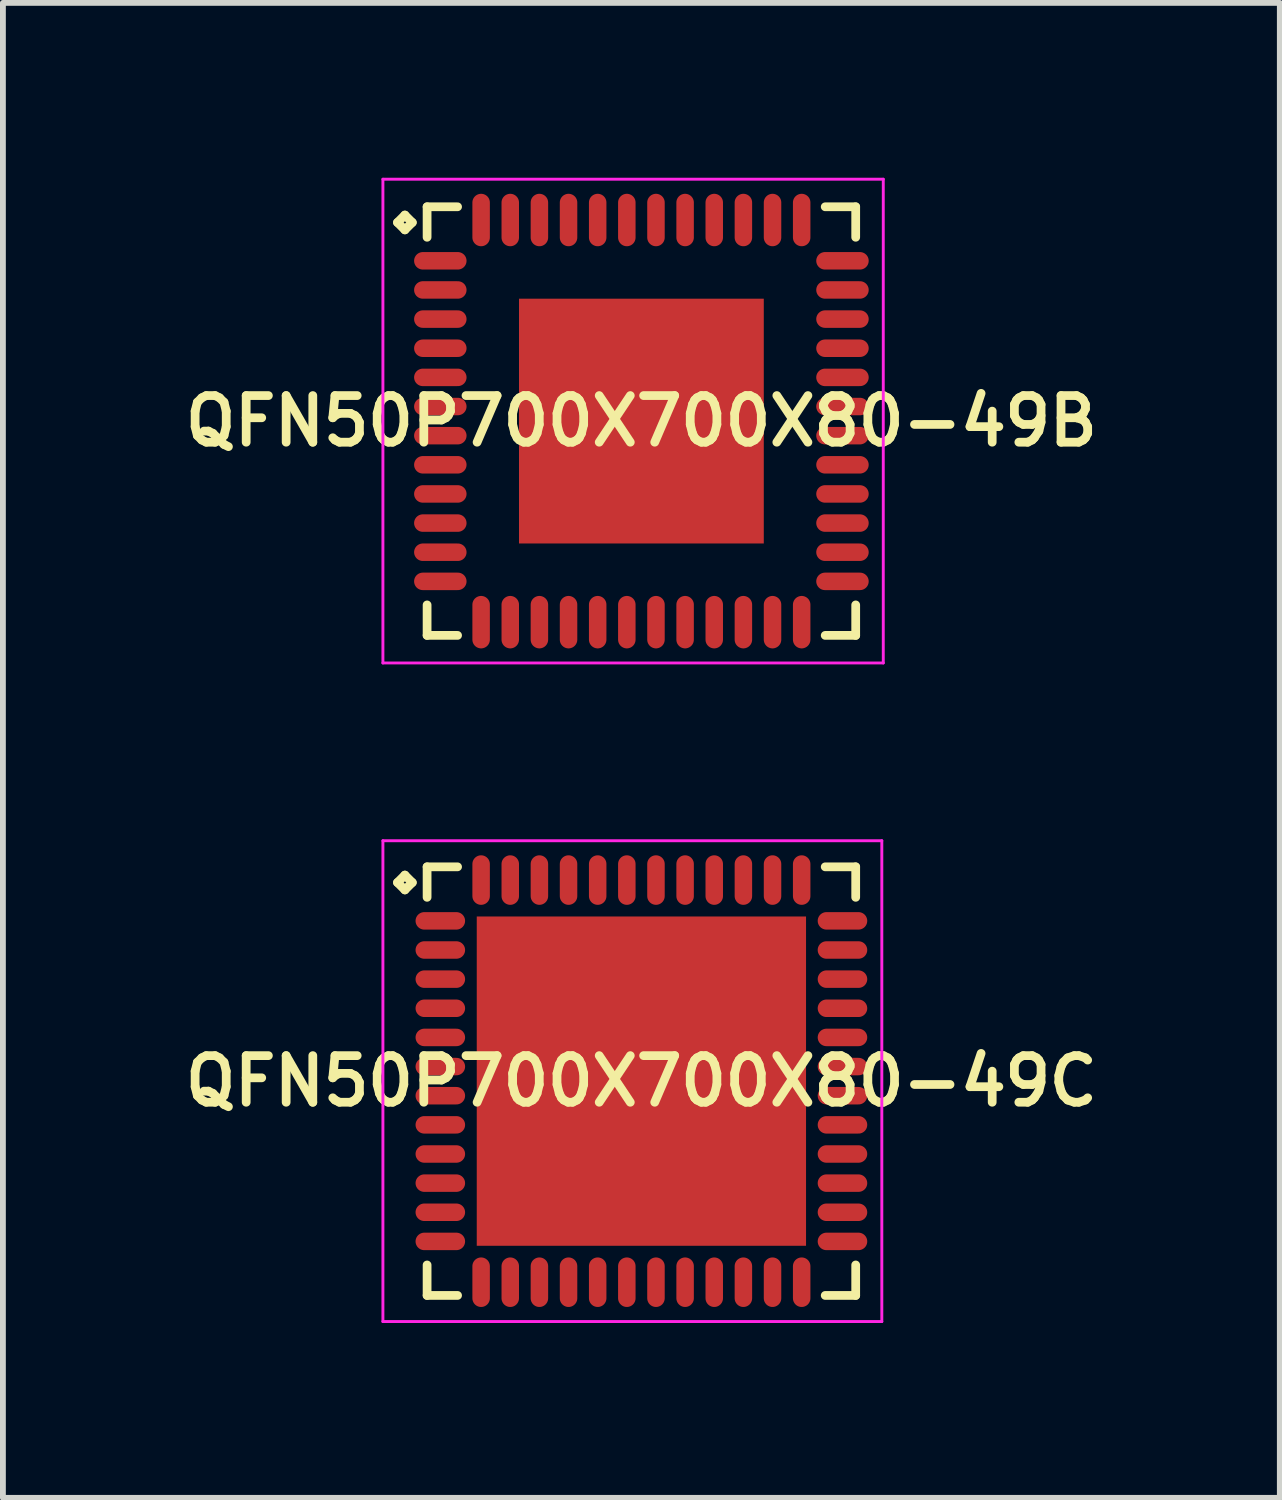
<source format=kicad_pcb>
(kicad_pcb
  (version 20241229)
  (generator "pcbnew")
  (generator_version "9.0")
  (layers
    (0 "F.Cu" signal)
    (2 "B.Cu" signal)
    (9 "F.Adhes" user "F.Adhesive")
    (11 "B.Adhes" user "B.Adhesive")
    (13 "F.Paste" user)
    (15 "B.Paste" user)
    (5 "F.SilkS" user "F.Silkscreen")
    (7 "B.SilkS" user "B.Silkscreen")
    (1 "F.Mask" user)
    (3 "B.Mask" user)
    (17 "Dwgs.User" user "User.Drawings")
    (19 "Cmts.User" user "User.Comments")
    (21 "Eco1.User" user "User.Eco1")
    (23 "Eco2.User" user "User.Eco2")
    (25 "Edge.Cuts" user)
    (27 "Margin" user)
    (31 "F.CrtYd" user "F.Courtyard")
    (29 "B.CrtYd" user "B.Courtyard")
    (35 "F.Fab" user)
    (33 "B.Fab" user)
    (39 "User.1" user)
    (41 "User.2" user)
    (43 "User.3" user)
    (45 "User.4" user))
  (footprint "QFN50P700X700X80-49C"
    (layer "F.Cu")
    (at 7.955 15.5)
    (property "Reference" "QFN50P700X700X80-49C" (at 0 0 0) (layer "F.SilkS") (effects (font (size 0.8 0.8) (thickness 0.15))))
    (attr smd)
    (fp_line (start -4.185 -3.408) (end -4.058 -3.535) (stroke (width 0.15) (type solid)) (layer "F.SilkS"))
    (fp_line (start -4.058 -3.535) (end -3.931 -3.408) (stroke (width 0.15) (type solid)) (layer "F.SilkS"))
    (fp_line (start -4.058 -3.281) (end -4.185 -3.408) (stroke (width 0.15) (type solid)) (layer "F.SilkS"))
    (fp_line (start -3.931 -3.408) (end -4.058 -3.281) (stroke (width 0.15) (type solid)) (layer "F.SilkS"))
    (fp_line (start -3.677 -3.677) (end -3.154 -3.677) (stroke (width 0.15) (type solid)) (layer "F.SilkS"))
    (fp_line (start -3.677 -3.154) (end -3.677 -3.677) (stroke (width 0.15) (type solid)) (layer "F.SilkS"))
    (fp_line (start -3.677 3.154) (end -3.677 3.677) (stroke (width 0.15) (type solid)) (layer "F.SilkS"))
    (fp_line (start -3.677 3.677) (end -3.154 3.677) (stroke (width 0.15) (type solid)) (layer "F.SilkS"))
    (fp_line (start 3.154 -3.677) (end 3.677 -3.677) (stroke (width 0.15) (type solid)) (layer "F.SilkS"))
    (fp_line (start 3.154 3.677) (end 3.677 3.677) (stroke (width 0.15) (type solid)) (layer "F.SilkS"))
    (fp_line (start 3.677 -3.677) (end 3.677 -3.154) (stroke (width 0.15) (type solid)) (layer "F.SilkS"))
    (fp_line (start 3.677 3.677) (end 3.677 3.154) (stroke (width 0.15) (type solid)) (layer "F.SilkS"))
    (fp_line (start -4.435 -4.125) (end 4.125 -4.125) (stroke (width 0.05) (type solid)) (layer "F.CrtYd"))
    (fp_line (start -4.435 4.125) (end -4.435 -4.125) (stroke (width 0.05) (type solid)) (layer "F.CrtYd"))
    (fp_line (start 4.125 -4.125) (end 4.125 4.125) (stroke (width 0.05) (type solid)) (layer "F.CrtYd"))
    (fp_line (start 4.125 4.125) (end -4.435 4.125) (stroke (width 0.05) (type solid)) (layer "F.CrtYd"))
    (pad "1" smd oval (at -3.45 -2.75) (size 0.85 0.3) (layers "F.Cu" "F.Mask" "F.Paste"))
    (pad "2" smd oval (at -3.45 -2.25) (size 0.85 0.3) (layers "F.Cu" "F.Mask" "F.Paste"))
    (pad "3" smd oval (at -3.45 -1.75) (size 0.85 0.3) (layers "F.Cu" "F.Mask" "F.Paste"))
    (pad "4" smd oval (at -3.45 -1.25) (size 0.85 0.3) (layers "F.Cu" "F.Mask" "F.Paste"))
    (pad "5" smd oval (at -3.45 -0.75) (size 0.85 0.3) (layers "F.Cu" "F.Mask" "F.Paste"))
    (pad "6" smd oval (at -3.45 -0.25) (size 0.85 0.3) (layers "F.Cu" "F.Mask" "F.Paste"))
    (pad "7" smd oval (at -3.45 0.25) (size 0.85 0.3) (layers "F.Cu" "F.Mask" "F.Paste"))
    (pad "8" smd oval (at -3.45 0.75) (size 0.85 0.3) (layers "F.Cu" "F.Mask" "F.Paste"))
    (pad "9" smd oval (at -3.45 1.25) (size 0.85 0.3) (layers "F.Cu" "F.Mask" "F.Paste"))
    (pad "10" smd oval (at -3.45 1.75) (size 0.85 0.3) (layers "F.Cu" "F.Mask" "F.Paste"))
    (pad "11" smd oval (at -3.45 2.25) (size 0.85 0.3) (layers "F.Cu" "F.Mask" "F.Paste"))
    (pad "12" smd oval (at -3.45 2.75) (size 0.85 0.3) (layers "F.Cu" "F.Mask" "F.Paste"))
    (pad "13" smd oval (at -2.75 3.45) (size 0.3 0.85) (layers "F.Cu" "F.Mask" "F.Paste"))
    (pad "14" smd oval (at -2.25 3.45) (size 0.3 0.85) (layers "F.Cu" "F.Mask" "F.Paste"))
    (pad "15" smd oval (at -1.75 3.45) (size 0.3 0.85) (layers "F.Cu" "F.Mask" "F.Paste"))
    (pad "16" smd oval (at -1.25 3.45) (size 0.3 0.85) (layers "F.Cu" "F.Mask" "F.Paste"))
    (pad "17" smd oval (at -0.75 3.45) (size 0.3 0.85) (layers "F.Cu" "F.Mask" "F.Paste"))
    (pad "18" smd oval (at -0.25 3.45) (size 0.3 0.85) (layers "F.Cu" "F.Mask" "F.Paste"))
    (pad "19" smd oval (at 0.25 3.45) (size 0.3 0.85) (layers "F.Cu" "F.Mask" "F.Paste"))
    (pad "20" smd oval (at 0.75 3.45) (size 0.3 0.85) (layers "F.Cu" "F.Mask" "F.Paste"))
    (pad "21" smd oval (at 1.25 3.45) (size 0.3 0.85) (layers "F.Cu" "F.Mask" "F.Paste"))
    (pad "22" smd oval (at 1.75 3.45) (size 0.3 0.85) (layers "F.Cu" "F.Mask" "F.Paste"))
    (pad "23" smd oval (at 2.25 3.45) (size 0.3 0.85) (layers "F.Cu" "F.Mask" "F.Paste"))
    (pad "24" smd oval (at 2.75 3.45) (size 0.3 0.85) (layers "F.Cu" "F.Mask" "F.Paste"))
    (pad "25" smd oval (at 3.45 2.75) (size 0.85 0.3) (layers "F.Cu" "F.Mask" "F.Paste"))
    (pad "26" smd oval (at 3.45 2.25) (size 0.85 0.3) (layers "F.Cu" "F.Mask" "F.Paste"))
    (pad "27" smd oval (at 3.45 1.75) (size 0.85 0.3) (layers "F.Cu" "F.Mask" "F.Paste"))
    (pad "28" smd oval (at 3.45 1.25) (size 0.85 0.3) (layers "F.Cu" "F.Mask" "F.Paste"))
    (pad "29" smd oval (at 3.45 0.75) (size 0.85 0.3) (layers "F.Cu" "F.Mask" "F.Paste"))
    (pad "30" smd oval (at 3.45 0.25) (size 0.85 0.3) (layers "F.Cu" "F.Mask" "F.Paste"))
    (pad "31" smd oval (at 3.45 -0.25) (size 0.85 0.3) (layers "F.Cu" "F.Mask" "F.Paste"))
    (pad "32" smd oval (at 3.45 -0.75) (size 0.85 0.3) (layers "F.Cu" "F.Mask" "F.Paste"))
    (pad "33" smd oval (at 3.45 -1.25) (size 0.85 0.3) (layers "F.Cu" "F.Mask" "F.Paste"))
    (pad "34" smd oval (at 3.45 -1.75) (size 0.85 0.3) (layers "F.Cu" "F.Mask" "F.Paste"))
    (pad "35" smd oval (at 3.45 -2.25) (size 0.85 0.3) (layers "F.Cu" "F.Mask" "F.Paste"))
    (pad "36" smd oval (at 3.45 -2.75) (size 0.85 0.3) (layers "F.Cu" "F.Mask" "F.Paste"))
    (pad "37" smd oval (at 2.75 -3.45) (size 0.3 0.85) (layers "F.Cu" "F.Mask" "F.Paste"))
    (pad "38" smd oval (at 2.25 -3.45) (size 0.3 0.85) (layers "F.Cu" "F.Mask" "F.Paste"))
    (pad "39" smd oval (at 1.75 -3.45) (size 0.3 0.85) (layers "F.Cu" "F.Mask" "F.Paste"))
    (pad "40" smd oval (at 1.25 -3.45) (size 0.3 0.85) (layers "F.Cu" "F.Mask" "F.Paste"))
    (pad "41" smd oval (at 0.75 -3.45) (size 0.3 0.85) (layers "F.Cu" "F.Mask" "F.Paste"))
    (pad "42" smd oval (at 0.25 -3.45) (size 0.3 0.85) (layers "F.Cu" "F.Mask" "F.Paste"))
    (pad "43" smd oval (at -0.25 -3.45) (size 0.3 0.85) (layers "F.Cu" "F.Mask" "F.Paste"))
    (pad "44" smd oval (at -0.75 -3.45) (size 0.3 0.85) (layers "F.Cu" "F.Mask" "F.Paste"))
    (pad "45" smd oval (at -1.25 -3.45) (size 0.3 0.85) (layers "F.Cu" "F.Mask" "F.Paste"))
    (pad "46" smd oval (at -1.75 -3.45) (size 0.3 0.85) (layers "F.Cu" "F.Mask" "F.Paste"))
    (pad "47" smd oval (at -2.25 -3.45) (size 0.3 0.85) (layers "F.Cu" "F.Mask" "F.Paste"))
    (pad "48" smd oval (at -2.75 -3.45) (size 0.3 0.85) (layers "F.Cu" "F.Mask" "F.Paste"))
    (pad "49" smd rect (at 0 0) (size 5.65 5.65) (layers "F.Cu" "F.Mask" "F.Paste")))
  (footprint "QFN50P700X700X80-49B"
    (layer "F.Cu")
    (at 7.955 4.175)
    (property "Reference" "QFN50P700X700X80-49B" (at 0 0 0) (layer "F.SilkS") (effects (font (size 0.8 0.8) (thickness 0.15))))
    (attr smd)
    (fp_line (start -4.185 -3.408) (end -4.058 -3.535) (stroke (width 0.15) (type solid)) (layer "F.SilkS"))
    (fp_line (start -4.058 -3.535) (end -3.931 -3.408) (stroke (width 0.15) (type solid)) (layer "F.SilkS"))
    (fp_line (start -4.058 -3.281) (end -4.185 -3.408) (stroke (width 0.15) (type solid)) (layer "F.SilkS"))
    (fp_line (start -3.931 -3.408) (end -4.058 -3.281) (stroke (width 0.15) (type solid)) (layer "F.SilkS"))
    (fp_line (start -3.677 -3.677) (end -3.154 -3.677) (stroke (width 0.15) (type solid)) (layer "F.SilkS"))
    (fp_line (start -3.677 -3.154) (end -3.677 -3.677) (stroke (width 0.15) (type solid)) (layer "F.SilkS"))
    (fp_line (start -3.677 3.154) (end -3.677 3.677) (stroke (width 0.15) (type solid)) (layer "F.SilkS"))
    (fp_line (start -3.677 3.677) (end -3.154 3.677) (stroke (width 0.15) (type solid)) (layer "F.SilkS"))
    (fp_line (start 3.154 -3.677) (end 3.677 -3.677) (stroke (width 0.15) (type solid)) (layer "F.SilkS"))
    (fp_line (start 3.154 3.677) (end 3.677 3.677) (stroke (width 0.15) (type solid)) (layer "F.SilkS"))
    (fp_line (start 3.677 -3.677) (end 3.677 -3.154) (stroke (width 0.15) (type solid)) (layer "F.SilkS"))
    (fp_line (start 3.677 3.677) (end 3.677 3.154) (stroke (width 0.15) (type solid)) (layer "F.SilkS"))
    (fp_line (start -4.435 -4.15) (end 4.15 -4.15) (stroke (width 0.05) (type solid)) (layer "F.CrtYd"))
    (fp_line (start -4.435 4.15) (end -4.435 -4.15) (stroke (width 0.05) (type solid)) (layer "F.CrtYd"))
    (fp_line (start 4.15 -4.15) (end 4.15 4.15) (stroke (width 0.05) (type solid)) (layer "F.CrtYd"))
    (fp_line (start 4.15 4.15) (end -4.435 4.15) (stroke (width 0.05) (type solid)) (layer "F.CrtYd"))
    (pad "1" smd oval (at -3.45 -2.75) (size 0.9 0.3) (layers "F.Cu" "F.Mask" "F.Paste"))
    (pad "2" smd oval (at -3.45 -2.25) (size 0.9 0.3) (layers "F.Cu" "F.Mask" "F.Paste"))
    (pad "3" smd oval (at -3.45 -1.75) (size 0.9 0.3) (layers "F.Cu" "F.Mask" "F.Paste"))
    (pad "4" smd oval (at -3.45 -1.25) (size 0.9 0.3) (layers "F.Cu" "F.Mask" "F.Paste"))
    (pad "5" smd oval (at -3.45 -0.75) (size 0.9 0.3) (layers "F.Cu" "F.Mask" "F.Paste"))
    (pad "6" smd oval (at -3.45 -0.25) (size 0.9 0.3) (layers "F.Cu" "F.Mask" "F.Paste"))
    (pad "7" smd oval (at -3.45 0.25) (size 0.9 0.3) (layers "F.Cu" "F.Mask" "F.Paste"))
    (pad "8" smd oval (at -3.45 0.75) (size 0.9 0.3) (layers "F.Cu" "F.Mask" "F.Paste"))
    (pad "9" smd oval (at -3.45 1.25) (size 0.9 0.3) (layers "F.Cu" "F.Mask" "F.Paste"))
    (pad "10" smd oval (at -3.45 1.75) (size 0.9 0.3) (layers "F.Cu" "F.Mask" "F.Paste"))
    (pad "11" smd oval (at -3.45 2.25) (size 0.9 0.3) (layers "F.Cu" "F.Mask" "F.Paste"))
    (pad "12" smd oval (at -3.45 2.75) (size 0.9 0.3) (layers "F.Cu" "F.Mask" "F.Paste"))
    (pad "13" smd oval (at -2.75 3.45) (size 0.3 0.9) (layers "F.Cu" "F.Mask" "F.Paste"))
    (pad "14" smd oval (at -2.25 3.45) (size 0.3 0.9) (layers "F.Cu" "F.Mask" "F.Paste"))
    (pad "15" smd oval (at -1.75 3.45) (size 0.3 0.9) (layers "F.Cu" "F.Mask" "F.Paste"))
    (pad "16" smd oval (at -1.25 3.45) (size 0.3 0.9) (layers "F.Cu" "F.Mask" "F.Paste"))
    (pad "17" smd oval (at -0.75 3.45) (size 0.3 0.9) (layers "F.Cu" "F.Mask" "F.Paste"))
    (pad "18" smd oval (at -0.25 3.45) (size 0.3 0.9) (layers "F.Cu" "F.Mask" "F.Paste"))
    (pad "19" smd oval (at 0.25 3.45) (size 0.3 0.9) (layers "F.Cu" "F.Mask" "F.Paste"))
    (pad "20" smd oval (at 0.75 3.45) (size 0.3 0.9) (layers "F.Cu" "F.Mask" "F.Paste"))
    (pad "21" smd oval (at 1.25 3.45) (size 0.3 0.9) (layers "F.Cu" "F.Mask" "F.Paste"))
    (pad "22" smd oval (at 1.75 3.45) (size 0.3 0.9) (layers "F.Cu" "F.Mask" "F.Paste"))
    (pad "23" smd oval (at 2.25 3.45) (size 0.3 0.9) (layers "F.Cu" "F.Mask" "F.Paste"))
    (pad "24" smd oval (at 2.75 3.45) (size 0.3 0.9) (layers "F.Cu" "F.Mask" "F.Paste"))
    (pad "25" smd oval (at 3.45 2.75) (size 0.9 0.3) (layers "F.Cu" "F.Mask" "F.Paste"))
    (pad "26" smd oval (at 3.45 2.25) (size 0.9 0.3) (layers "F.Cu" "F.Mask" "F.Paste"))
    (pad "27" smd oval (at 3.45 1.75) (size 0.9 0.3) (layers "F.Cu" "F.Mask" "F.Paste"))
    (pad "28" smd oval (at 3.45 1.25) (size 0.9 0.3) (layers "F.Cu" "F.Mask" "F.Paste"))
    (pad "29" smd oval (at 3.45 0.75) (size 0.9 0.3) (layers "F.Cu" "F.Mask" "F.Paste"))
    (pad "30" smd oval (at 3.45 0.25) (size 0.9 0.3) (layers "F.Cu" "F.Mask" "F.Paste"))
    (pad "31" smd oval (at 3.45 -0.25) (size 0.9 0.3) (layers "F.Cu" "F.Mask" "F.Paste"))
    (pad "32" smd oval (at 3.45 -0.75) (size 0.9 0.3) (layers "F.Cu" "F.Mask" "F.Paste"))
    (pad "33" smd oval (at 3.45 -1.25) (size 0.9 0.3) (layers "F.Cu" "F.Mask" "F.Paste"))
    (pad "34" smd oval (at 3.45 -1.75) (size 0.9 0.3) (layers "F.Cu" "F.Mask" "F.Paste"))
    (pad "35" smd oval (at 3.45 -2.25) (size 0.9 0.3) (layers "F.Cu" "F.Mask" "F.Paste"))
    (pad "36" smd oval (at 3.45 -2.75) (size 0.9 0.3) (layers "F.Cu" "F.Mask" "F.Paste"))
    (pad "37" smd oval (at 2.75 -3.45) (size 0.3 0.9) (layers "F.Cu" "F.Mask" "F.Paste"))
    (pad "38" smd oval (at 2.25 -3.45) (size 0.3 0.9) (layers "F.Cu" "F.Mask" "F.Paste"))
    (pad "39" smd oval (at 1.75 -3.45) (size 0.3 0.9) (layers "F.Cu" "F.Mask" "F.Paste"))
    (pad "40" smd oval (at 1.25 -3.45) (size 0.3 0.9) (layers "F.Cu" "F.Mask" "F.Paste"))
    (pad "41" smd oval (at 0.75 -3.45) (size 0.3 0.9) (layers "F.Cu" "F.Mask" "F.Paste"))
    (pad "42" smd oval (at 0.25 -3.45) (size 0.3 0.9) (layers "F.Cu" "F.Mask" "F.Paste"))
    (pad "43" smd oval (at -0.25 -3.45) (size 0.3 0.9) (layers "F.Cu" "F.Mask" "F.Paste"))
    (pad "44" smd oval (at -0.75 -3.45) (size 0.3 0.9) (layers "F.Cu" "F.Mask" "F.Paste"))
    (pad "45" smd oval (at -1.25 -3.45) (size 0.3 0.9) (layers "F.Cu" "F.Mask" "F.Paste"))
    (pad "46" smd oval (at -1.75 -3.45) (size 0.3 0.9) (layers "F.Cu" "F.Mask" "F.Paste"))
    (pad "47" smd oval (at -2.25 -3.45) (size 0.3 0.9) (layers "F.Cu" "F.Mask" "F.Paste"))
    (pad "48" smd oval (at -2.75 -3.45) (size 0.3 0.9) (layers "F.Cu" "F.Mask" "F.Paste"))
    (pad "49" smd rect (at 0 0) (size 4.2 4.2) (layers "F.Cu" "F.Mask" "F.Paste")))
  (gr_rect
    (start -3 -3)
    (end 18.909 22.65)
    (stroke (width 0.1) (type default))
    (fill no)
    (layer "Edge.Cuts")))
</source>
